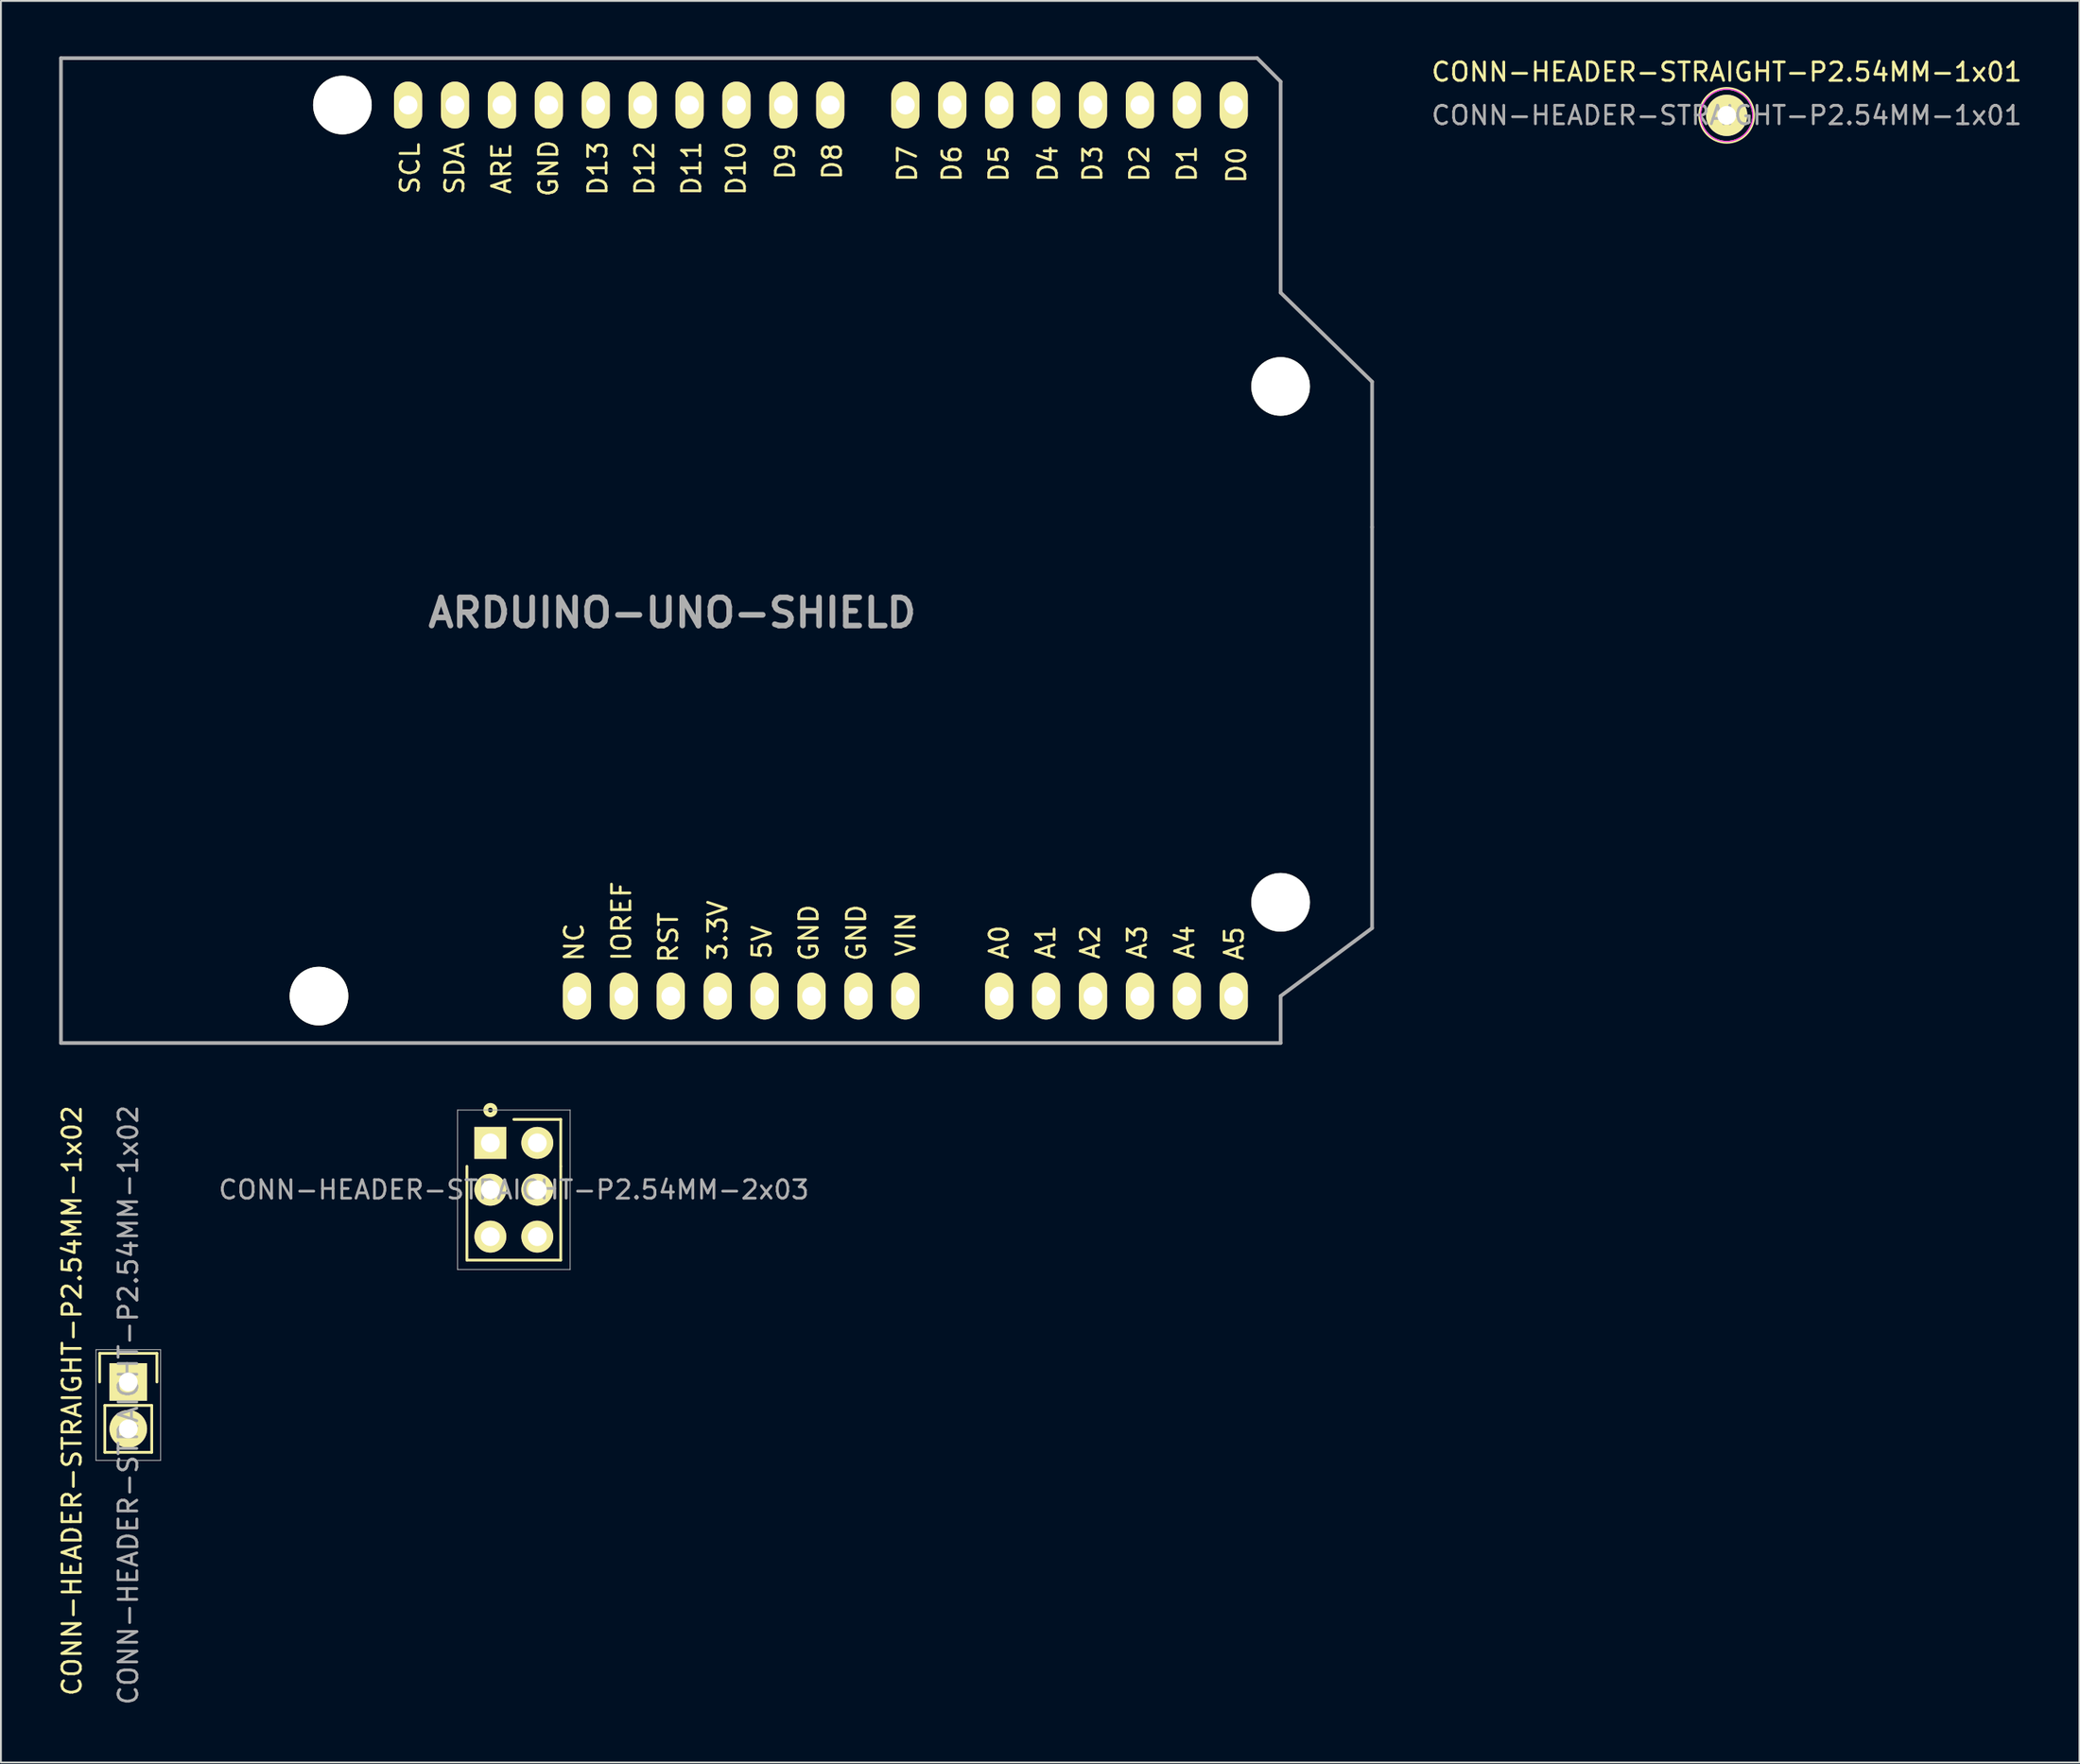
<source format=kicad_pcb>
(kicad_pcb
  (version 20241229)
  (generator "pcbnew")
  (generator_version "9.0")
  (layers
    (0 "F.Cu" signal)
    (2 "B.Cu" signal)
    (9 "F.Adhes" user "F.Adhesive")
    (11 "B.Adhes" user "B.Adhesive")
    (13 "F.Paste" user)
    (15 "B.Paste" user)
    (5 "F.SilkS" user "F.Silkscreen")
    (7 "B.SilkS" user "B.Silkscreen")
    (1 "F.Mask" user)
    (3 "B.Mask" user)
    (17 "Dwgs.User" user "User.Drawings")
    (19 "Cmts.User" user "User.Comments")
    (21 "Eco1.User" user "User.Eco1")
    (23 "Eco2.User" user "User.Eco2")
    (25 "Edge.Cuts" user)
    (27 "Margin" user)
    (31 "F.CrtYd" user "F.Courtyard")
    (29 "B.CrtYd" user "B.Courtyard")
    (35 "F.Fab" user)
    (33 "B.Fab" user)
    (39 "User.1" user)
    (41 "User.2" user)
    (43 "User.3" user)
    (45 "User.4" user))
  (footprint "ARDUINO-UNO-SHIELD"
    (layer "F.Cu")
    (at 0.25 53.44)
    (property "Reference" "ARDUINO-UNO-SHIELD" (at 33.1 -23.3 0) (layer "F.Fab") (effects (font (size 1.524 1.524) (thickness 0.305))))
    (attr through_hole)
    (fp_line (start 0 0) (end 0 -53.34) (stroke (width 0.2) (type solid)) (layer "F.Fab"))
    (fp_line (start 0 0) (end 66.04 0) (stroke (width 0.2) (type solid)) (layer "F.Fab"))
    (fp_line (start 64.77 -53.34) (end 0 -53.34) (stroke (width 0.2) (type solid)) (layer "F.Fab"))
    (fp_line (start 66.04 -52.07) (end 64.77 -53.34) (stroke (width 0.2) (type solid)) (layer "F.Fab"))
    (fp_line (start 66.04 -40.64) (end 66.04 -52.07) (stroke (width 0.2) (type solid)) (layer "F.Fab"))
    (fp_line (start 66.04 -40.64) (end 70.993 -35.814) (stroke (width 0.2) (type solid)) (layer "F.Fab"))
    (fp_line (start 66.04 -2.54) (end 66.04 0) (stroke (width 0.2) (type solid)) (layer "F.Fab"))
    (fp_line (start 66.04 -2.54) (end 70.993 -6.223) (stroke (width 0.2) (type solid)) (layer "F.Fab"))
    (fp_line (start 70.993 -35.814) (end 70.993 -27.94) (stroke (width 0.2) (type solid)) (layer "F.Fab"))
    (fp_line (start 70.993 -27.94) (end 70.993 -6.223) (stroke (width 0.2) (type solid)) (layer "F.Fab"))
    (fp_text user "D1" (at 60.975 -47.625 90) (layer "F.SilkS") (effects (font (size 1 1) (thickness 0.15))))
    (fp_text user "D5" (at 50.78 -47.625 90) (layer "F.SilkS") (effects (font (size 1 1) (thickness 0.15))))
    (fp_text user "GND" (at 26.396 -47.371 90) (layer "F.SilkS") (effects (font (size 1 1) (thickness 0.15))))
    (fp_text user "GND" (at 43.068 -5.969 90) (layer "F.SilkS") (effects (font (size 1 1) (thickness 0.15))))
    (fp_text user "3.3V" (at 35.56 -6.096 90) (layer "F.SilkS") (effects (font (size 1 1) (thickness 0.15))))
    (fp_text user "A2" (at 55.733 -5.461 90) (layer "F.SilkS") (effects (font (size 1 1) (thickness 0.15))))
    (fp_text user "SDA" (at 21.316 -47.371 90) (layer "F.SilkS") (effects (font (size 1 1) (thickness 0.15))))
    (fp_text user "NC" (at 27.793 -5.461 90) (layer "F.SilkS") (effects (font (size 1 1) (thickness 0.15))))
    (fp_text user "IOREF" (at 30.353 -6.604 90) (layer "F.SilkS") (effects (font (size 1 1) (thickness 0.15))))
    (fp_text user "D7" (at 45.827 -47.625 90) (layer "F.SilkS") (effects (font (size 1 1) (thickness 0.15))))
    (fp_text user "RST" (at 32.893 -5.715 90) (layer "F.SilkS") (effects (font (size 1 1) (thickness 0.15))))
    (fp_text user "D11" (at 34.143 -47.371 90) (layer "F.SilkS") (effects (font (size 1 1) (thickness 0.15))))
    (fp_text user "A3" (at 58.273 -5.461 90) (layer "F.SilkS") (effects (font (size 1 1) (thickness 0.15))))
    (fp_text user "D4" (at 53.447 -47.625 90) (layer "F.SilkS") (effects (font (size 1 1) (thickness 0.15))))
    (fp_text user "A0" (at 50.8 -5.461 90) (layer "F.SilkS") (effects (font (size 1 1) (thickness 0.15))))
    (fp_text user "D2" (at 58.4 -47.625 90) (layer "F.SilkS") (effects (font (size 1 1) (thickness 0.15))))
    (fp_text user "5V" (at 37.953 -5.461 90) (layer "F.SilkS") (effects (font (size 1 1) (thickness 0.15))))
    (fp_text user "D3" (at 55.86 -47.625 90) (layer "F.SilkS") (effects (font (size 1 1) (thickness 0.15))))
    (fp_text user "D12" (at 31.603 -47.371 90) (layer "F.SilkS") (effects (font (size 1 1) (thickness 0.15))))
    (fp_text user "A4" (at 60.848 -5.461 90) (layer "F.SilkS") (effects (font (size 1 1) (thickness 0.15))))
    (fp_text user "D8" (at 41.763 -47.752 90) (layer "F.SilkS") (effects (font (size 1 1) (thickness 0.15))))
    (fp_text user "D9" (at 39.223 -47.752 90) (layer "F.SilkS") (effects (font (size 1 1) (thickness 0.15))))
    (fp_text user "SCL" (at 18.903 -47.371 90) (layer "F.SilkS") (effects (font (size 1 1) (thickness 0.15))))
    (fp_text user "GND" (at 40.493 -5.969 90) (layer "F.SilkS") (effects (font (size 1 1) (thickness 0.15))))
    (fp_text user "VIN" (at 45.743 -5.894 90) (layer "F.SilkS") (effects (font (size 1 1) (thickness 0.15))))
    (fp_text user "D6" (at 48.24 -47.625 90) (layer "F.SilkS") (effects (font (size 1 1) (thickness 0.15))))
    (fp_text user "D10" (at 36.556 -47.371 90) (layer "F.SilkS") (effects (font (size 1 1) (thickness 0.15))))
    (fp_text user "A1" (at 53.32 -5.461 90) (layer "F.SilkS") (effects (font (size 1 1) (thickness 0.15))))
    (fp_text user "A5" (at 63.523 -5.386 90) (layer "F.SilkS") (effects (font (size 1 1) (thickness 0.15))))
    (fp_text user "D13" (at 29.063 -47.371 90) (layer "F.SilkS") (effects (font (size 1 1) (thickness 0.15))))
    (fp_text user "ARE" (at 23.856 -47.371 90) (layer "F.SilkS") (effects (font (size 1 1) (thickness 0.15))))
    (fp_text user "D0" (at 63.65 -47.55 90) (layer "F.SilkS") (effects (font (size 1 1) (thickness 0.15))))
    (pad "" np_thru_hole circle (at 13.97 -2.54 90) (size 3.175 3.175) (drill 3.175) (layers "*.Cu" "*.Mask" "F.SilkS"))
    (pad "" np_thru_hole circle (at 15.24 -50.8 90) (size 3.175 3.175) (drill 3.175) (layers "*.Cu" "*.Mask" "F.SilkS"))
    (pad "" np_thru_hole circle (at 66.04 -35.56 90) (size 3.175 3.175) (drill 3.175) (layers "*.Cu" "*.Mask" "F.SilkS"))
    (pad "" np_thru_hole circle (at 66.04 -7.62 90) (size 3.175 3.175) (drill 3.175) (layers "*.Cu" "*.Mask" "F.SilkS"))
    (pad "3V3" thru_hole oval (at 35.56 -2.54 90) (size 2.54 1.524) (drill 1.016) (layers "*.Cu" "*.Mask" "F.SilkS"))
    (pad "5V" thru_hole oval (at 38.1 -2.54 90) (size 2.54 1.524) (drill 1.016) (layers "*.Cu" "*.Mask" "F.SilkS"))
    (pad "A0" thru_hole oval (at 50.8 -2.54 90) (size 2.54 1.524) (drill 1.016) (layers "*.Cu" "*.Mask" "F.SilkS"))
    (pad "A1" thru_hole oval (at 53.34 -2.54 90) (size 2.54 1.524) (drill 1.016) (layers "*.Cu" "*.Mask" "F.SilkS"))
    (pad "A2" thru_hole oval (at 55.88 -2.54 90) (size 2.54 1.524) (drill 1.016) (layers "*.Cu" "*.Mask" "F.SilkS"))
    (pad "A3" thru_hole oval (at 58.42 -2.54 90) (size 2.54 1.524) (drill 1.016) (layers "*.Cu" "*.Mask" "F.SilkS"))
    (pad "A4" thru_hole oval (at 60.96 -2.54 90) (size 2.54 1.524) (drill 1.016) (layers "*.Cu" "*.Mask" "F.SilkS"))
    (pad "A5" thru_hole oval (at 63.5 -2.54 90) (size 2.54 1.524) (drill 1.016) (layers "*.Cu" "*.Mask" "F.SilkS"))
    (pad "AREF" thru_hole oval (at 23.876 -50.8 90) (size 2.54 1.524) (drill 1.016) (layers "*.Cu" "*.Mask" "F.SilkS"))
    (pad "D0" thru_hole oval (at 63.5 -50.8 90) (size 2.54 1.524) (drill 1.016) (layers "*.Cu" "*.Mask" "F.SilkS"))
    (pad "D1" thru_hole oval (at 60.96 -50.8 90) (size 2.54 1.524) (drill 1.016) (layers "*.Cu" "*.Mask" "F.SilkS"))
    (pad "D2" thru_hole oval (at 58.42 -50.8 90) (size 2.54 1.524) (drill 1.016) (layers "*.Cu" "*.Mask" "F.SilkS"))
    (pad "D3" thru_hole oval (at 55.88 -50.8 90) (size 2.54 1.524) (drill 1.016) (layers "*.Cu" "*.Mask" "F.SilkS"))
    (pad "D4" thru_hole oval (at 53.34 -50.8 90) (size 2.54 1.524) (drill 1.016) (layers "*.Cu" "*.Mask" "F.SilkS"))
    (pad "D5" thru_hole oval (at 50.8 -50.8 90) (size 2.54 1.524) (drill 1.016) (layers "*.Cu" "*.Mask" "F.SilkS"))
    (pad "D6" thru_hole oval (at 48.26 -50.8 90) (size 2.54 1.524) (drill 1.016) (layers "*.Cu" "*.Mask" "F.SilkS"))
    (pad "D7" thru_hole oval (at 45.72 -50.8 90) (size 2.54 1.524) (drill 1.016) (layers "*.Cu" "*.Mask" "F.SilkS"))
    (pad "D8" thru_hole oval (at 41.656 -50.8 90) (size 2.54 1.524) (drill 1.016) (layers "*.Cu" "*.Mask" "F.SilkS"))
    (pad "D9" thru_hole oval (at 39.116 -50.8 90) (size 2.54 1.524) (drill 1.016) (layers "*.Cu" "*.Mask" "F.SilkS"))
    (pad "D10" thru_hole oval (at 36.576 -50.8 90) (size 2.54 1.524) (drill 1.016) (layers "*.Cu" "*.Mask" "F.SilkS"))
    (pad "D11" thru_hole oval (at 34.036 -50.8 90) (size 2.54 1.524) (drill 1.016) (layers "*.Cu" "*.Mask" "F.SilkS"))
    (pad "D12" thru_hole oval (at 31.496 -50.8 90) (size 2.54 1.524) (drill 1.016) (layers "*.Cu" "*.Mask" "F.SilkS"))
    (pad "D13" thru_hole oval (at 28.956 -50.8 90) (size 2.54 1.524) (drill 1.016) (layers "*.Cu" "*.Mask" "F.SilkS"))
    (pad "GND1" thru_hole oval (at 40.64 -2.54 90) (size 2.54 1.524) (drill 1.016) (layers "*.Cu" "*.Mask" "F.SilkS"))
    (pad "GND2" thru_hole oval (at 43.18 -2.54 90) (size 2.54 1.524) (drill 1.016) (layers "*.Cu" "*.Mask" "F.SilkS"))
    (pad "GND3" thru_hole oval (at 26.416 -50.8 90) (size 2.54 1.524) (drill 1.016) (layers "*.Cu" "*.Mask" "F.SilkS"))
    (pad "IO" thru_hole oval (at 30.48 -2.54 90) (size 2.54 1.524) (drill 1.016) (layers "*.Cu" "*.Mask" "F.SilkS"))
    (pad "NC" thru_hole oval (at 27.94 -2.54 90) (size 2.54 1.524) (drill 1.016) (layers "*.Cu" "*.Mask" "F.SilkS"))
    (pad "RST" thru_hole oval (at 33.02 -2.54 90) (size 2.54 1.524) (drill 1.016) (layers "*.Cu" "*.Mask" "F.SilkS"))
    (pad "SCL" thru_hole oval (at 18.796 -50.8 90) (size 2.54 1.524) (drill 1.016) (layers "*.Cu" "*.Mask" "F.SilkS"))
    (pad "SDA" thru_hole oval (at 21.336 -50.8 90) (size 2.54 1.524) (drill 1.016) (layers "*.Cu" "*.Mask" "F.SilkS"))
    (pad "VIN" thru_hole oval (at 45.72 -2.54 90) (size 2.54 1.524) (drill 1.016) (layers "*.Cu" "*.Mask" "F.SilkS")))
  (footprint "CONN-HEADER-STRAIGHT-P2.54MM-2x03"
    (layer "F.Cu")
    (at 23.502 58.849)
    (property "Reference" "CONN-HEADER-STRAIGHT-P2.54MM-2x03" (at 1.27 2.54 0) (layer "F.Fab") (effects (font (size 1 1) (thickness 0.15))))
    (attr through_hole)
    (fp_line (start -1.27 1.27) (end -1.27 6.35) (stroke (width 0.15) (type solid)) (layer "F.SilkS"))
    (fp_line (start -1.27 6.35) (end 3.81 6.35) (stroke (width 0.15) (type solid)) (layer "F.SilkS"))
    (fp_line (start 3.81 -1.27) (end 1.27 -1.27) (stroke (width 0.15) (type solid)) (layer "F.SilkS"))
    (fp_line (start 3.81 1.27) (end 3.81 -1.27) (stroke (width 0.15) (type solid)) (layer "F.SilkS"))
    (fp_line (start 3.81 6.35) (end 3.81 1.27) (stroke (width 0.15) (type solid)) (layer "F.SilkS"))
    (fp_circle (center 0 -1.778) (end 0.254 -1.778) (stroke (width 0.254) (type solid)) (fill no) (layer "F.SilkS"))
    (fp_line (start -1.778 -1.778) (end -1.778 6.858) (stroke (width 0.05) (type solid)) (layer "F.Fab"))
    (fp_line (start -1.778 6.858) (end 4.318 6.858) (stroke (width 0.05) (type solid)) (layer "F.Fab"))
    (fp_line (start 4.318 -1.778) (end -1.778 -1.778) (stroke (width 0.05) (type solid)) (layer "F.Fab"))
    (fp_line (start 4.318 6.858) (end 4.318 -1.778) (stroke (width 0.05) (type solid)) (layer "F.Fab"))
    (fp_circle (center 0 0) (end 0 0.254) (stroke (width 0.2) (type solid)) (fill no) (layer "F.Fab"))
    (pad "1" thru_hole rect (at 0 0) (size 1.727 1.727) (drill 1.016) (layers "*.Cu" "*.Mask" "F.SilkS"))
    (pad "2" thru_hole oval (at 2.54 0) (size 1.727 1.727) (drill 1.016) (layers "*.Cu" "*.Mask" "F.SilkS"))
    (pad "3" thru_hole oval (at 0 2.54) (size 1.727 1.727) (drill 1.016) (layers "*.Cu" "*.Mask" "F.SilkS"))
    (pad "4" thru_hole oval (at 2.54 2.54) (size 1.727 1.727) (drill 1.016) (layers "*.Cu" "*.Mask" "F.SilkS"))
    (pad "5" thru_hole oval (at 0 5.08) (size 1.727 1.727) (drill 1.016) (layers "*.Cu" "*.Mask" "F.SilkS"))
    (pad "6" thru_hole oval (at 2.54 5.08) (size 1.727 1.727) (drill 1.016) (layers "*.Cu" "*.Mask" "F.SilkS")))
  (footprint "CONN-HEADER-STRAIGHT-P2.54MM-1x02"
    (layer "F.Cu")
    (at 3.896 71.799)
    (property "Reference" "CONN-HEADER-STRAIGHT-P2.54MM-1x02" (at 0 1.25 90) (layer "F.Fab") (effects (font (size 1.016 1.016) (thickness 0.152))))
    (attr through_hole)
    (fp_line (start -1.55 -1.55) (end 1.55 -1.55) (stroke (width 0.15) (type solid)) (layer "F.SilkS"))
    (fp_line (start -1.55 0) (end -1.55 -1.55) (stroke (width 0.15) (type solid)) (layer "F.SilkS"))
    (fp_line (start -1.27 1.27) (end -1.27 3.81) (stroke (width 0.15) (type solid)) (layer "F.SilkS"))
    (fp_line (start -1.27 3.81) (end 1.27 3.81) (stroke (width 0.15) (type solid)) (layer "F.SilkS"))
    (fp_line (start 1.27 1.27) (end -1.27 1.27) (stroke (width 0.15) (type solid)) (layer "F.SilkS"))
    (fp_line (start 1.27 1.27) (end 1.27 3.81) (stroke (width 0.15) (type solid)) (layer "F.SilkS"))
    (fp_line (start 1.55 -1.55) (end 1.55 0) (stroke (width 0.15) (type solid)) (layer "F.SilkS"))
    (fp_line (start -1.75 -1.75) (end -1.75 4.25) (stroke (width 0.05) (type solid)) (layer "F.Fab"))
    (fp_line (start 1.75 -1.75) (end -1.75 -1.75) (stroke (width 0.05) (type solid)) (layer "F.Fab"))
    (fp_line (start 1.75 4.25) (end -1.75 4.25) (stroke (width 0.05) (type solid)) (layer "F.Fab"))
    (fp_line (start 1.75 4.25) (end 1.75 -1.75) (stroke (width 0.05) (type solid)) (layer "F.Fab"))
    (fp_text user "${REFERENCE}" (at -3.048 1.016 90) (layer "F.SilkS") (effects (font (size 1 1) (thickness 0.15))))
    (pad "1" thru_hole rect (at 0 0) (size 2.032 2.032) (drill 1.016) (layers "*.Cu" "*.Mask" "F.SilkS"))
    (pad "2" thru_hole oval (at 0 2.54) (size 2.032 2.032) (drill 1.016) (layers "*.Cu" "*.Mask" "F.SilkS")))
  (footprint "CONN-HEADER-STRAIGHT-P2.54MM-1x01"
    (layer "F.Cu")
    (at 90.444 3.198)
    (property "Reference" "CONN-HEADER-STRAIGHT-P2.54MM-1x01" (at 0 -2.349 0) (layer "F.SilkS") (effects (font (size 1 1) (thickness 0.15))))
    (attr through_hole)
    (fp_circle (center 0 0) (end 1.25 0.75) (stroke (width 0.152) (type solid)) (fill no) (layer "F.SilkS"))
    (fp_circle (center 0 0) (end 1 1) (stroke (width 0.051) (type solid)) (fill no) (layer "F.CrtYd"))
    (fp_circle (center 0 0) (end 1 1) (stroke (width 0.051) (type solid)) (fill no) (layer "F.Fab"))
    (fp_text user "${REFERENCE}" (at 0 0 0) (layer "F.Fab") (effects (font (size 1 1) (thickness 0.15))))
    (pad "1" thru_hole circle (at 0 0) (size 2.235 2.235) (drill 1.016) (layers "*.Cu" "*.Mask" "F.SilkS")))
  (gr_rect
    (start -3 -3)
    (end 109.545 92.408)
    (stroke (width 0.1) (type default))
    (fill no)
    (layer "Edge.Cuts")))
</source>
